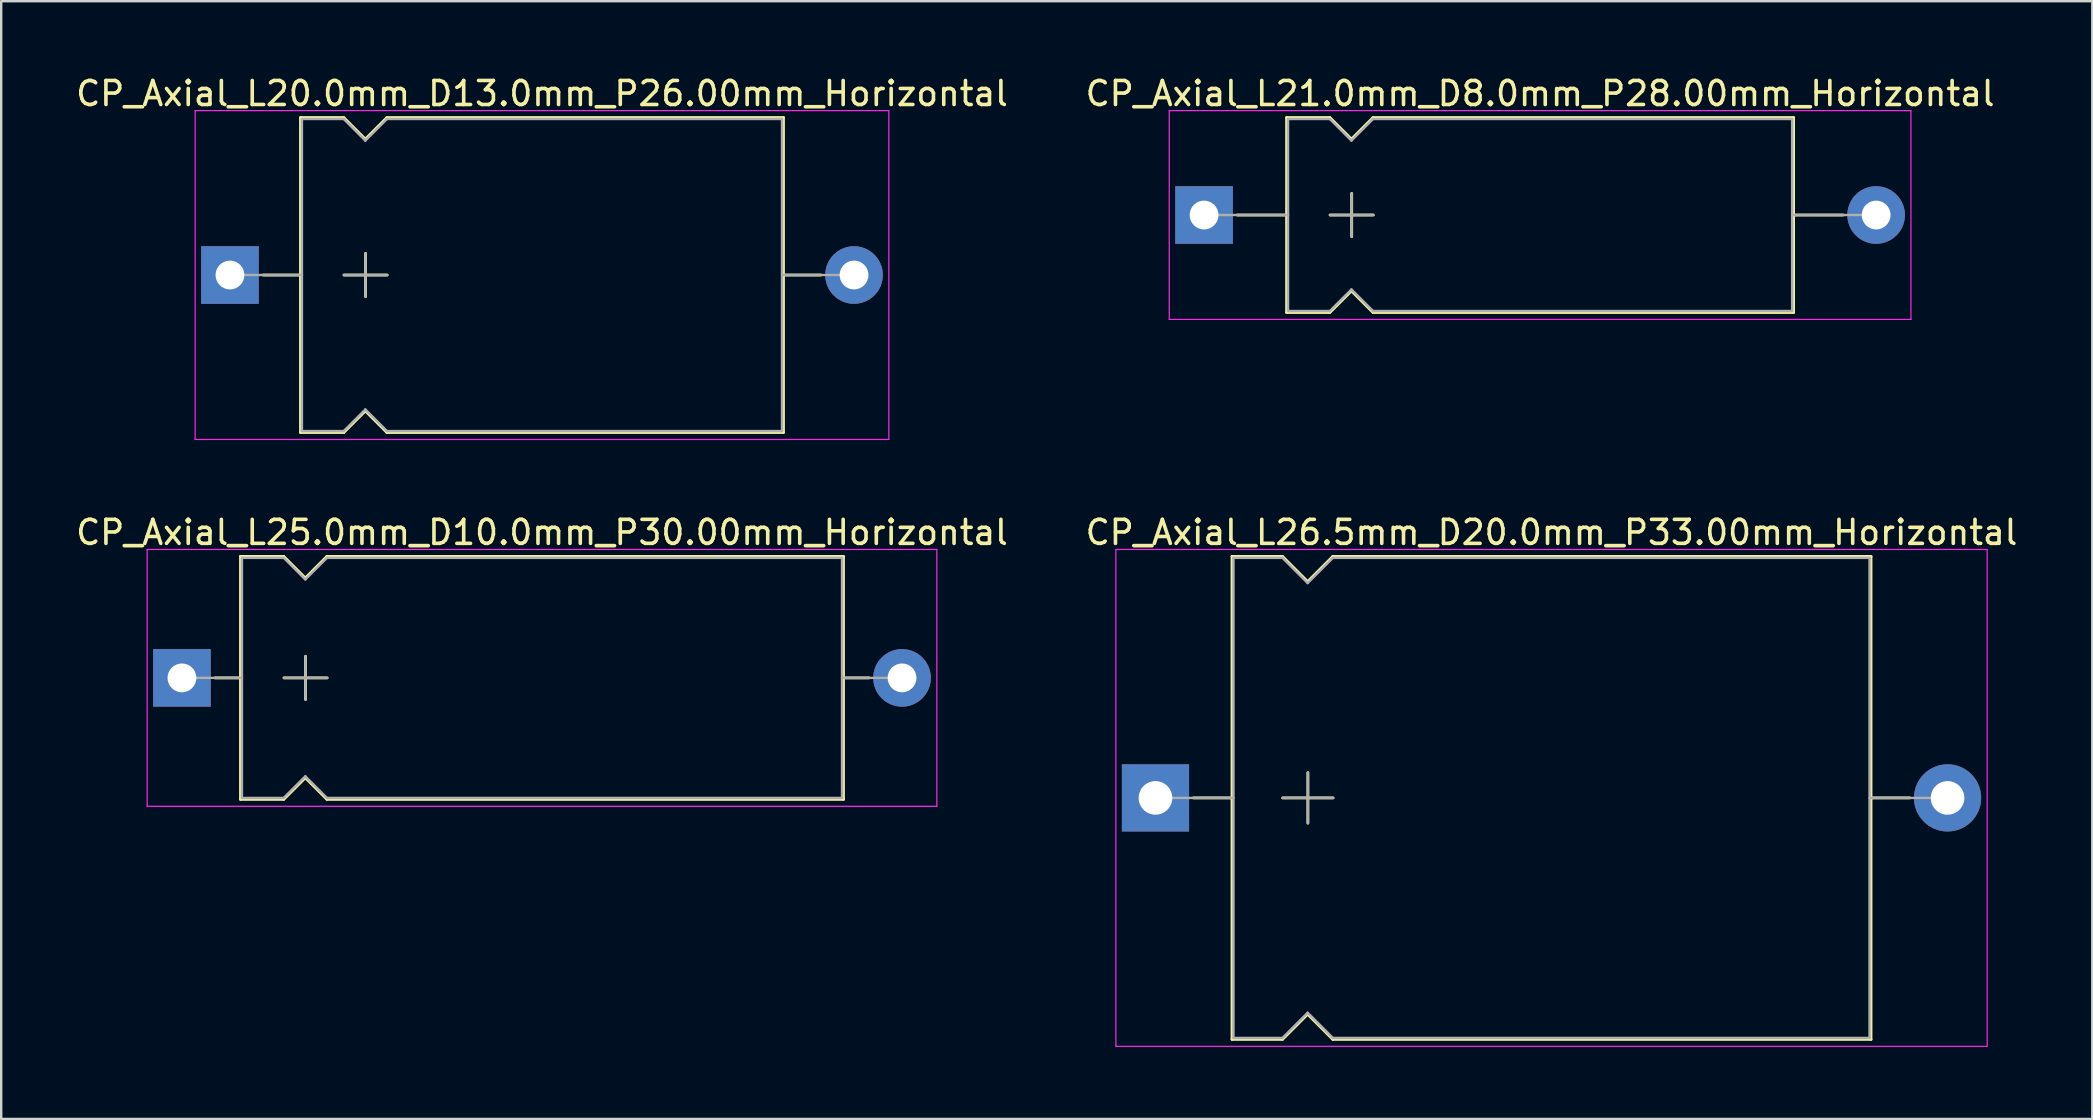
<source format=kicad_pcb>
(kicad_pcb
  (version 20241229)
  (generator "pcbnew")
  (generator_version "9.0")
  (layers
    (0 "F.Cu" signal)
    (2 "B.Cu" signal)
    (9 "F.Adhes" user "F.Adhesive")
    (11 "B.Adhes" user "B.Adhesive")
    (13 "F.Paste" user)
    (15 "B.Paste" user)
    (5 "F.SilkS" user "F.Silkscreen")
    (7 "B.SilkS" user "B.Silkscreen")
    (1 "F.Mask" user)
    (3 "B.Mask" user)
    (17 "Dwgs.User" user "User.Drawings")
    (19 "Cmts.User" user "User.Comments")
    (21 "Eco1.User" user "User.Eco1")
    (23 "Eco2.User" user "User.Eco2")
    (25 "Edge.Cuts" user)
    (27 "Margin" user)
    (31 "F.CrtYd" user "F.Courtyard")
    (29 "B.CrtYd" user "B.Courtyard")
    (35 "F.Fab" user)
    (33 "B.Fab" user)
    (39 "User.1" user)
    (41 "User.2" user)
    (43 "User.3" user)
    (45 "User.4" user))
  (footprint "CP_Axial_L20.0mm_D13.0mm_P26.00mm_Horizontal"
    (layer "F.Cu")
    (at 6.53 8.408)
    (property "Reference" "CP_Axial_L20.0mm_D13.0mm_P26.00mm_Horizontal" (at 13 -7.56 0) (layer "F.SilkS") (effects (font (size 1 1) (thickness 0.15))))
    (attr through_hole)
    (fp_line (start 1.38 0) (end 2.94 0) (stroke (width 0.12) (type solid)) (layer "F.SilkS"))
    (fp_line (start 2.94 -6.56) (end 2.94 6.56) (stroke (width 0.12) (type solid)) (layer "F.SilkS"))
    (fp_line (start 2.94 -6.56) (end 4.74 -6.56) (stroke (width 0.12) (type solid)) (layer "F.SilkS"))
    (fp_line (start 2.94 6.56) (end 4.74 6.56) (stroke (width 0.12) (type solid)) (layer "F.SilkS"))
    (fp_line (start 4.74 -6.56) (end 5.64 -5.66) (stroke (width 0.12) (type solid)) (layer "F.SilkS"))
    (fp_line (start 4.74 6.56) (end 5.64 5.66) (stroke (width 0.12) (type solid)) (layer "F.SilkS"))
    (fp_line (start 4.75 0) (end 6.55 0) (stroke (width 0.12) (type solid)) (layer "F.SilkS"))
    (fp_line (start 5.64 -5.66) (end 6.54 -6.56) (stroke (width 0.12) (type solid)) (layer "F.SilkS"))
    (fp_line (start 5.64 5.66) (end 6.54 6.56) (stroke (width 0.12) (type solid)) (layer "F.SilkS"))
    (fp_line (start 5.65 -0.9) (end 5.65 0.9) (stroke (width 0.12) (type solid)) (layer "F.SilkS"))
    (fp_line (start 6.54 -6.56) (end 23.06 -6.56) (stroke (width 0.12) (type solid)) (layer "F.SilkS"))
    (fp_line (start 6.54 6.56) (end 23.06 6.56) (stroke (width 0.12) (type solid)) (layer "F.SilkS"))
    (fp_line (start 23.06 -6.56) (end 23.06 6.56) (stroke (width 0.12) (type solid)) (layer "F.SilkS"))
    (fp_line (start 24.62 0) (end 23.06 0) (stroke (width 0.12) (type solid)) (layer "F.SilkS"))
    (fp_line (start -1.45 -6.85) (end -1.45 6.85) (stroke (width 0.05) (type solid)) (layer "F.CrtYd"))
    (fp_line (start -1.45 6.85) (end 27.45 6.85) (stroke (width 0.05) (type solid)) (layer "F.CrtYd"))
    (fp_line (start 27.45 -6.85) (end -1.45 -6.85) (stroke (width 0.05) (type solid)) (layer "F.CrtYd"))
    (fp_line (start 27.45 6.85) (end 27.45 -6.85) (stroke (width 0.05) (type solid)) (layer "F.CrtYd"))
    (fp_line (start 0 0) (end 3 0) (stroke (width 0.1) (type solid)) (layer "F.Fab"))
    (fp_line (start 3 -6.5) (end 3 6.5) (stroke (width 0.1) (type solid)) (layer "F.Fab"))
    (fp_line (start 3 -6.5) (end 4.74 -6.5) (stroke (width 0.1) (type solid)) (layer "F.Fab"))
    (fp_line (start 3 6.5) (end 4.74 6.5) (stroke (width 0.1) (type solid)) (layer "F.Fab"))
    (fp_line (start 4.74 -6.5) (end 5.64 -5.6) (stroke (width 0.1) (type solid)) (layer "F.Fab"))
    (fp_line (start 4.74 6.5) (end 5.64 5.6) (stroke (width 0.1) (type solid)) (layer "F.Fab"))
    (fp_line (start 4.75 0) (end 6.55 0) (stroke (width 0.1) (type solid)) (layer "F.Fab"))
    (fp_line (start 5.64 -5.6) (end 6.54 -6.5) (stroke (width 0.1) (type solid)) (layer "F.Fab"))
    (fp_line (start 5.64 5.6) (end 6.54 6.5) (stroke (width 0.1) (type solid)) (layer "F.Fab"))
    (fp_line (start 5.65 -0.9) (end 5.65 0.9) (stroke (width 0.1) (type solid)) (layer "F.Fab"))
    (fp_line (start 6.54 -6.5) (end 23 -6.5) (stroke (width 0.1) (type solid)) (layer "F.Fab"))
    (fp_line (start 6.54 6.5) (end 23 6.5) (stroke (width 0.1) (type solid)) (layer "F.Fab"))
    (fp_line (start 23 -6.5) (end 23 6.5) (stroke (width 0.1) (type solid)) (layer "F.Fab"))
    (fp_line (start 26 0) (end 23 0) (stroke (width 0.1) (type solid)) (layer "F.Fab"))
    (pad "1" thru_hole rect (at 0 0) (size 2.4 2.4) (drill 1.2) (layers "*.Cu" "*.Mask"))
    (pad "2" thru_hole oval (at 26 0) (size 2.4 2.4) (drill 1.2) (layers "*.Cu" "*.Mask")))
  (footprint "CP_Axial_L26.5mm_D20.0mm_P33.00mm_Horizontal"
    (layer "F.Cu")
    (at 45.089 30.192)
    (property "Reference" "CP_Axial_L26.5mm_D20.0mm_P33.00mm_Horizontal" (at 16.5 -11.06 0) (layer "F.SilkS") (effects (font (size 1 1) (thickness 0.15))))
    (attr through_hole)
    (fp_line (start 1.58 0) (end 3.19 0) (stroke (width 0.12) (type solid)) (layer "F.SilkS"))
    (fp_line (start 3.19 -10.06) (end 3.19 10.06) (stroke (width 0.12) (type solid)) (layer "F.SilkS"))
    (fp_line (start 3.19 -10.06) (end 5.29 -10.06) (stroke (width 0.12) (type solid)) (layer "F.SilkS"))
    (fp_line (start 3.19 10.06) (end 5.29 10.06) (stroke (width 0.12) (type solid)) (layer "F.SilkS"))
    (fp_line (start 5.29 -10.06) (end 6.34 -9.01) (stroke (width 0.12) (type solid)) (layer "F.SilkS"))
    (fp_line (start 5.29 10.06) (end 6.34 9.01) (stroke (width 0.12) (type solid)) (layer "F.SilkS"))
    (fp_line (start 5.3 0) (end 7.4 0) (stroke (width 0.12) (type solid)) (layer "F.SilkS"))
    (fp_line (start 6.34 -9.01) (end 7.39 -10.06) (stroke (width 0.12) (type solid)) (layer "F.SilkS"))
    (fp_line (start 6.34 9.01) (end 7.39 10.06) (stroke (width 0.12) (type solid)) (layer "F.SilkS"))
    (fp_line (start 6.35 -1.05) (end 6.35 1.05) (stroke (width 0.12) (type solid)) (layer "F.SilkS"))
    (fp_line (start 7.39 -10.06) (end 29.81 -10.06) (stroke (width 0.12) (type solid)) (layer "F.SilkS"))
    (fp_line (start 7.39 10.06) (end 29.81 10.06) (stroke (width 0.12) (type solid)) (layer "F.SilkS"))
    (fp_line (start 29.81 -10.06) (end 29.81 10.06) (stroke (width 0.12) (type solid)) (layer "F.SilkS"))
    (fp_line (start 31.42 0) (end 29.81 0) (stroke (width 0.12) (type solid)) (layer "F.SilkS"))
    (fp_line (start -1.65 -10.35) (end -1.65 10.35) (stroke (width 0.05) (type solid)) (layer "F.CrtYd"))
    (fp_line (start -1.65 10.35) (end 34.65 10.35) (stroke (width 0.05) (type solid)) (layer "F.CrtYd"))
    (fp_line (start 34.65 -10.35) (end -1.65 -10.35) (stroke (width 0.05) (type solid)) (layer "F.CrtYd"))
    (fp_line (start 34.65 10.35) (end 34.65 -10.35) (stroke (width 0.05) (type solid)) (layer "F.CrtYd"))
    (fp_line (start 0 0) (end 3.25 0) (stroke (width 0.1) (type solid)) (layer "F.Fab"))
    (fp_line (start 3.25 -10) (end 3.25 10) (stroke (width 0.1) (type solid)) (layer "F.Fab"))
    (fp_line (start 3.25 -10) (end 5.29 -10) (stroke (width 0.1) (type solid)) (layer "F.Fab"))
    (fp_line (start 3.25 10) (end 5.29 10) (stroke (width 0.1) (type solid)) (layer "F.Fab"))
    (fp_line (start 5.29 -10) (end 6.34 -8.95) (stroke (width 0.1) (type solid)) (layer "F.Fab"))
    (fp_line (start 5.29 10) (end 6.34 8.95) (stroke (width 0.1) (type solid)) (layer "F.Fab"))
    (fp_line (start 5.3 0) (end 7.4 0) (stroke (width 0.1) (type solid)) (layer "F.Fab"))
    (fp_line (start 6.34 -8.95) (end 7.39 -10) (stroke (width 0.1) (type solid)) (layer "F.Fab"))
    (fp_line (start 6.34 8.95) (end 7.39 10) (stroke (width 0.1) (type solid)) (layer "F.Fab"))
    (fp_line (start 6.35 -1.05) (end 6.35 1.05) (stroke (width 0.1) (type solid)) (layer "F.Fab"))
    (fp_line (start 7.39 -10) (end 29.75 -10) (stroke (width 0.1) (type solid)) (layer "F.Fab"))
    (fp_line (start 7.39 10) (end 29.75 10) (stroke (width 0.1) (type solid)) (layer "F.Fab"))
    (fp_line (start 29.75 -10) (end 29.75 10) (stroke (width 0.1) (type solid)) (layer "F.Fab"))
    (fp_line (start 33 0) (end 29.75 0) (stroke (width 0.1) (type solid)) (layer "F.Fab"))
    (pad "1" thru_hole rect (at 0 0) (size 2.8 2.8) (drill 1.4) (layers "*.Cu" "*.Mask"))
    (pad "2" thru_hole oval (at 33 0) (size 2.8 2.8) (drill 1.4) (layers "*.Cu" "*.Mask")))
  (footprint "CP_Axial_L21.0mm_D8.0mm_P28.00mm_Horizontal"
    (layer "F.Cu")
    (at 47.113 5.908)
    (property "Reference" "CP_Axial_L21.0mm_D8.0mm_P28.00mm_Horizontal" (at 14 -5.06 0) (layer "F.SilkS") (effects (font (size 1 1) (thickness 0.15))))
    (attr through_hole)
    (fp_line (start 1.38 0) (end 3.44 0) (stroke (width 0.12) (type solid)) (layer "F.SilkS"))
    (fp_line (start 3.44 -4.06) (end 3.44 4.06) (stroke (width 0.12) (type solid)) (layer "F.SilkS"))
    (fp_line (start 3.44 -4.06) (end 5.24 -4.06) (stroke (width 0.12) (type solid)) (layer "F.SilkS"))
    (fp_line (start 3.44 4.06) (end 5.24 4.06) (stroke (width 0.12) (type solid)) (layer "F.SilkS"))
    (fp_line (start 5.24 -4.06) (end 6.14 -3.16) (stroke (width 0.12) (type solid)) (layer "F.SilkS"))
    (fp_line (start 5.24 4.06) (end 6.14 3.16) (stroke (width 0.12) (type solid)) (layer "F.SilkS"))
    (fp_line (start 5.25 0) (end 7.05 0) (stroke (width 0.12) (type solid)) (layer "F.SilkS"))
    (fp_line (start 6.14 -3.16) (end 7.04 -4.06) (stroke (width 0.12) (type solid)) (layer "F.SilkS"))
    (fp_line (start 6.14 3.16) (end 7.04 4.06) (stroke (width 0.12) (type solid)) (layer "F.SilkS"))
    (fp_line (start 6.15 -0.9) (end 6.15 0.9) (stroke (width 0.12) (type solid)) (layer "F.SilkS"))
    (fp_line (start 7.04 -4.06) (end 24.56 -4.06) (stroke (width 0.12) (type solid)) (layer "F.SilkS"))
    (fp_line (start 7.04 4.06) (end 24.56 4.06) (stroke (width 0.12) (type solid)) (layer "F.SilkS"))
    (fp_line (start 24.56 -4.06) (end 24.56 4.06) (stroke (width 0.12) (type solid)) (layer "F.SilkS"))
    (fp_line (start 26.62 0) (end 24.56 0) (stroke (width 0.12) (type solid)) (layer "F.SilkS"))
    (fp_line (start -1.45 -4.35) (end -1.45 4.35) (stroke (width 0.05) (type solid)) (layer "F.CrtYd"))
    (fp_line (start -1.45 4.35) (end 29.45 4.35) (stroke (width 0.05) (type solid)) (layer "F.CrtYd"))
    (fp_line (start 29.45 -4.35) (end -1.45 -4.35) (stroke (width 0.05) (type solid)) (layer "F.CrtYd"))
    (fp_line (start 29.45 4.35) (end 29.45 -4.35) (stroke (width 0.05) (type solid)) (layer "F.CrtYd"))
    (fp_line (start 0 0) (end 3.5 0) (stroke (width 0.1) (type solid)) (layer "F.Fab"))
    (fp_line (start 3.5 -4) (end 3.5 4) (stroke (width 0.1) (type solid)) (layer "F.Fab"))
    (fp_line (start 3.5 -4) (end 5.24 -4) (stroke (width 0.1) (type solid)) (layer "F.Fab"))
    (fp_line (start 3.5 4) (end 5.24 4) (stroke (width 0.1) (type solid)) (layer "F.Fab"))
    (fp_line (start 5.24 -4) (end 6.14 -3.1) (stroke (width 0.1) (type solid)) (layer "F.Fab"))
    (fp_line (start 5.24 4) (end 6.14 3.1) (stroke (width 0.1) (type solid)) (layer "F.Fab"))
    (fp_line (start 5.25 0) (end 7.05 0) (stroke (width 0.1) (type solid)) (layer "F.Fab"))
    (fp_line (start 6.14 -3.1) (end 7.04 -4) (stroke (width 0.1) (type solid)) (layer "F.Fab"))
    (fp_line (start 6.14 3.1) (end 7.04 4) (stroke (width 0.1) (type solid)) (layer "F.Fab"))
    (fp_line (start 6.15 -0.9) (end 6.15 0.9) (stroke (width 0.1) (type solid)) (layer "F.Fab"))
    (fp_line (start 7.04 -4) (end 24.5 -4) (stroke (width 0.1) (type solid)) (layer "F.Fab"))
    (fp_line (start 7.04 4) (end 24.5 4) (stroke (width 0.1) (type solid)) (layer "F.Fab"))
    (fp_line (start 24.5 -4) (end 24.5 4) (stroke (width 0.1) (type solid)) (layer "F.Fab"))
    (fp_line (start 28 0) (end 24.5 0) (stroke (width 0.1) (type solid)) (layer "F.Fab"))
    (pad "1" thru_hole rect (at 0 0) (size 2.4 2.4) (drill 1.2) (layers "*.Cu" "*.Mask"))
    (pad "2" thru_hole oval (at 28 0) (size 2.4 2.4) (drill 1.2) (layers "*.Cu" "*.Mask")))
  (footprint "CP_Axial_L25.0mm_D10.0mm_P30.00mm_Horizontal"
    (layer "F.Cu")
    (at 4.53 25.192)
    (property "Reference" "CP_Axial_L25.0mm_D10.0mm_P30.00mm_Horizontal" (at 15 -6.06 0) (layer "F.SilkS") (effects (font (size 1 1) (thickness 0.15))))
    (attr through_hole)
    (fp_line (start 1.38 0) (end 2.44 0) (stroke (width 0.12) (type solid)) (layer "F.SilkS"))
    (fp_line (start 2.44 -5.06) (end 2.44 5.06) (stroke (width 0.12) (type solid)) (layer "F.SilkS"))
    (fp_line (start 2.44 -5.06) (end 4.24 -5.06) (stroke (width 0.12) (type solid)) (layer "F.SilkS"))
    (fp_line (start 2.44 5.06) (end 4.24 5.06) (stroke (width 0.12) (type solid)) (layer "F.SilkS"))
    (fp_line (start 4.24 -5.06) (end 5.14 -4.16) (stroke (width 0.12) (type solid)) (layer "F.SilkS"))
    (fp_line (start 4.24 5.06) (end 5.14 4.16) (stroke (width 0.12) (type solid)) (layer "F.SilkS"))
    (fp_line (start 4.25 0) (end 6.05 0) (stroke (width 0.12) (type solid)) (layer "F.SilkS"))
    (fp_line (start 5.14 -4.16) (end 6.04 -5.06) (stroke (width 0.12) (type solid)) (layer "F.SilkS"))
    (fp_line (start 5.14 4.16) (end 6.04 5.06) (stroke (width 0.12) (type solid)) (layer "F.SilkS"))
    (fp_line (start 5.15 -0.9) (end 5.15 0.9) (stroke (width 0.12) (type solid)) (layer "F.SilkS"))
    (fp_line (start 6.04 -5.06) (end 27.56 -5.06) (stroke (width 0.12) (type solid)) (layer "F.SilkS"))
    (fp_line (start 6.04 5.06) (end 27.56 5.06) (stroke (width 0.12) (type solid)) (layer "F.SilkS"))
    (fp_line (start 27.56 -5.06) (end 27.56 5.06) (stroke (width 0.12) (type solid)) (layer "F.SilkS"))
    (fp_line (start 28.62 0) (end 27.56 0) (stroke (width 0.12) (type solid)) (layer "F.SilkS"))
    (fp_line (start -1.45 -5.35) (end -1.45 5.35) (stroke (width 0.05) (type solid)) (layer "F.CrtYd"))
    (fp_line (start -1.45 5.35) (end 31.45 5.35) (stroke (width 0.05) (type solid)) (layer "F.CrtYd"))
    (fp_line (start 31.45 -5.35) (end -1.45 -5.35) (stroke (width 0.05) (type solid)) (layer "F.CrtYd"))
    (fp_line (start 31.45 5.35) (end 31.45 -5.35) (stroke (width 0.05) (type solid)) (layer "F.CrtYd"))
    (fp_line (start 0 0) (end 2.5 0) (stroke (width 0.1) (type solid)) (layer "F.Fab"))
    (fp_line (start 2.5 -5) (end 2.5 5) (stroke (width 0.1) (type solid)) (layer "F.Fab"))
    (fp_line (start 2.5 -5) (end 4.24 -5) (stroke (width 0.1) (type solid)) (layer "F.Fab"))
    (fp_line (start 2.5 5) (end 4.24 5) (stroke (width 0.1) (type solid)) (layer "F.Fab"))
    (fp_line (start 4.24 -5) (end 5.14 -4.1) (stroke (width 0.1) (type solid)) (layer "F.Fab"))
    (fp_line (start 4.24 5) (end 5.14 4.1) (stroke (width 0.1) (type solid)) (layer "F.Fab"))
    (fp_line (start 4.25 0) (end 6.05 0) (stroke (width 0.1) (type solid)) (layer "F.Fab"))
    (fp_line (start 5.14 -4.1) (end 6.04 -5) (stroke (width 0.1) (type solid)) (layer "F.Fab"))
    (fp_line (start 5.14 4.1) (end 6.04 5) (stroke (width 0.1) (type solid)) (layer "F.Fab"))
    (fp_line (start 5.15 -0.9) (end 5.15 0.9) (stroke (width 0.1) (type solid)) (layer "F.Fab"))
    (fp_line (start 6.04 -5) (end 27.5 -5) (stroke (width 0.1) (type solid)) (layer "F.Fab"))
    (fp_line (start 6.04 5) (end 27.5 5) (stroke (width 0.1) (type solid)) (layer "F.Fab"))
    (fp_line (start 27.5 -5) (end 27.5 5) (stroke (width 0.1) (type solid)) (layer "F.Fab"))
    (fp_line (start 30 0) (end 27.5 0) (stroke (width 0.1) (type solid)) (layer "F.Fab"))
    (pad "1" thru_hole rect (at 0 0) (size 2.4 2.4) (drill 1.2) (layers "*.Cu" "*.Mask"))
    (pad "2" thru_hole oval (at 30 0) (size 2.4 2.4) (drill 1.2) (layers "*.Cu" "*.Mask")))
  (gr_rect
    (start -3 -3)
    (end 84.119 43.566)
    (stroke (width 0.1) (type default))
    (fill no)
    (layer "Edge.Cuts")))
</source>
